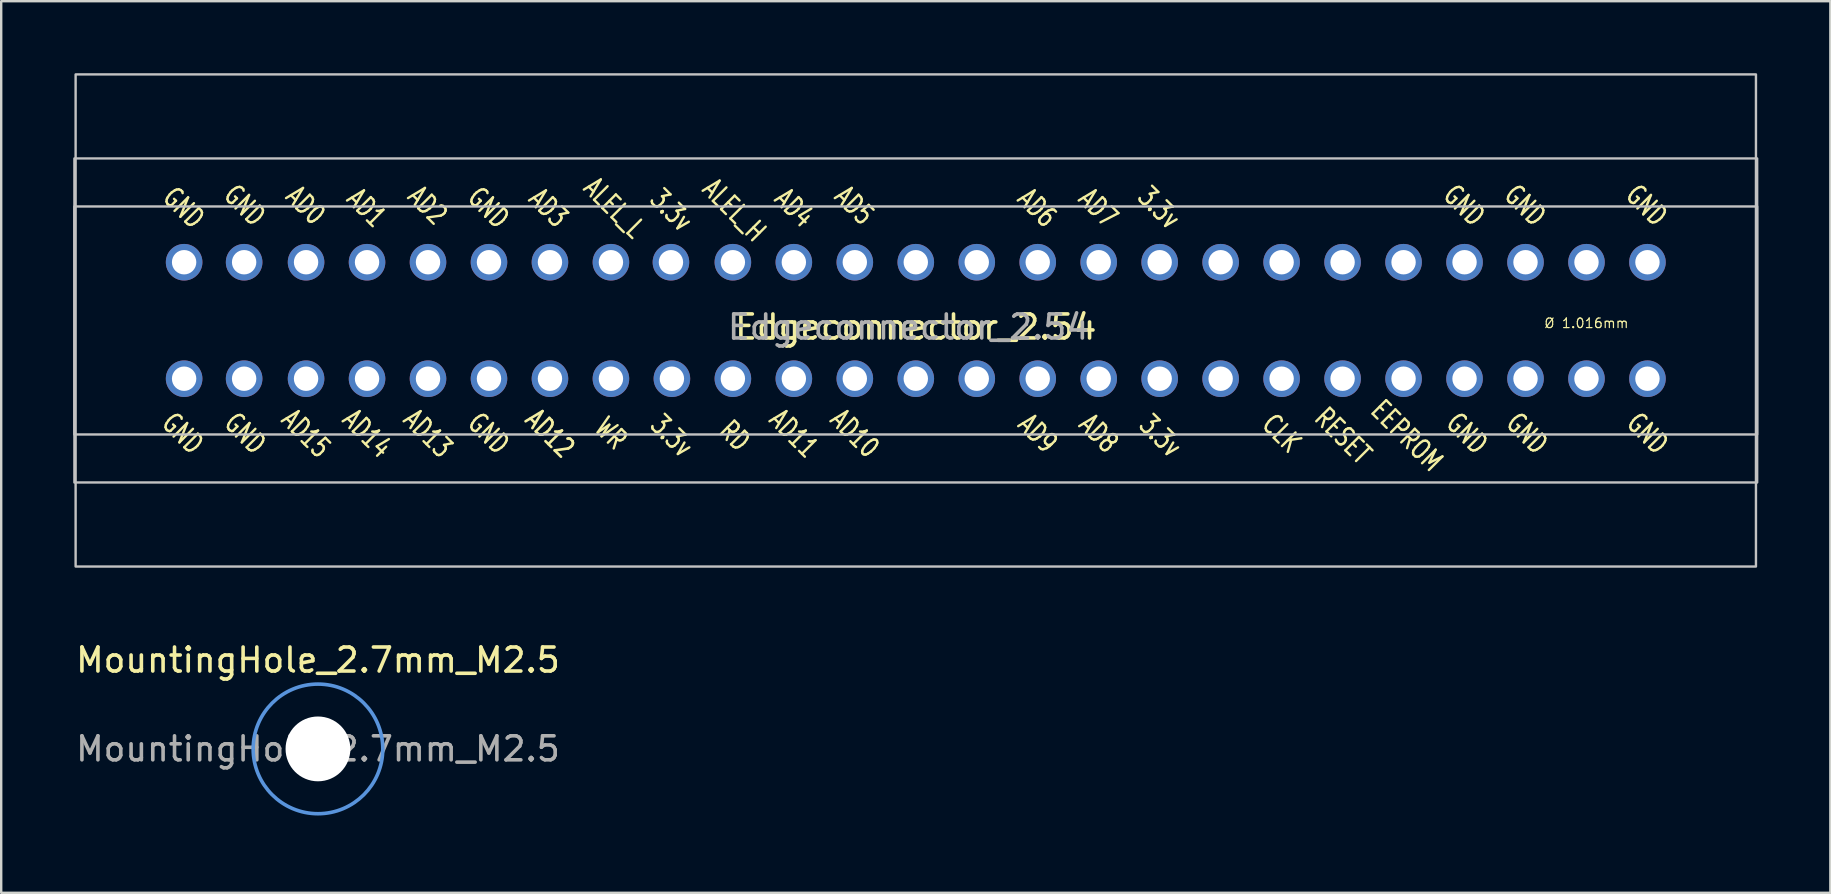
<source format=kicad_pcb>
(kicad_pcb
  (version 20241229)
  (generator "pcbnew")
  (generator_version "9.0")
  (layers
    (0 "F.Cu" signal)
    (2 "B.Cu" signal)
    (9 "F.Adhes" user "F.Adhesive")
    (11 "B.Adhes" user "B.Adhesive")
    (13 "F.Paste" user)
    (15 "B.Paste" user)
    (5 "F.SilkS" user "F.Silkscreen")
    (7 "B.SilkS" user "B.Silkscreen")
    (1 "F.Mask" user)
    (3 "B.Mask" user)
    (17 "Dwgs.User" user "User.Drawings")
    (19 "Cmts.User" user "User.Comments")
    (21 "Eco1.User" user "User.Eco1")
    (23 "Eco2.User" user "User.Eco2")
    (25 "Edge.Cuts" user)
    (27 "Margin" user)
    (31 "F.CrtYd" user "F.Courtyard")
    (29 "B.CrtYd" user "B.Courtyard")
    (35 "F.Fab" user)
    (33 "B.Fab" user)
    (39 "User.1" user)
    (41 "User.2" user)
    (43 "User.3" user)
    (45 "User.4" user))
  (footprint "Edgeconnector_2.54"
    (layer "F.Cu")
    (at 35.1 10.3)
    (property "Reference" "Edgeconnector_2.54" (at 0 0.274 0) (unlocked yes) (layer "F.SilkS") (effects (font (size 1 1) (thickness 0.15))))
    (attr through_hole)
    (fp_rect (start -35.05 -6.75) (end 35.05 6.75) (stroke (width 0.1) (type default)) (fill no) (layer "Dwgs.User"))
    (fp_rect (start -35.05 -4.75) (end 35.05 4.75) (stroke (width 0.1) (type default)) (fill no) (layer "Dwgs.User"))
    (fp_rect (start -35 -10.25) (end 35 10.25) (stroke (width 0.1) (type default)) (fill no) (layer "Dwgs.User"))
    (fp_text user "AD11" (at -5.08 4.7 135) (layer "F.SilkS") (effects (font (size 0.8 0.6) (thickness 0.1) (bold yes))))
    (fp_text user "GND" (at 22.84 -4.8 135) (layer "F.SilkS") (effects (font (size 0.8 0.6) (thickness 0.1) (bold yes))))
    (fp_text user "CLK" (at 15.24 4.7 135) (layer "F.SilkS") (effects (font (size 0.8 0.6) (thickness 0.1) (bold yes))))
    (fp_text user "3.3v" (at 10.2 4.8 135) (layer "F.SilkS") (effects (font (size 0.8 0.6) (thickness 0.1) (bold yes))))
    (fp_text user "GND" (at 30.48 4.7 135) (layer "F.SilkS") (effects (font (size 0.8 0.6) (thickness 0.1) (bold yes))))
    (fp_text user "AD9" (at 5.08 4.7 135) (layer "F.SilkS") (effects (font (size 0.8 0.6) (thickness 0.1) (bold yes))))
    (fp_text user "ALEL_H" (at -7.56 -4.6 135) (layer "F.SilkS") (effects (font (size 0.8 0.6) (thickness 0.1) (bold yes))))
    (fp_text user "GND" (at 25.46 4.7 135) (layer "F.SilkS") (effects (font (size 0.8 0.6) (thickness 0.1) (bold yes))))
    (fp_text user "RD" (at -7.54 4.8 135) (layer "F.SilkS") (effects (font (size 0.8 0.6) (thickness 0.1) (bold yes))))
    (fp_text user "GND" (at 22.96 4.7 135) (layer "F.SilkS") (effects (font (size 0.8 0.6) (thickness 0.1) (bold yes))))
    (fp_text user "AD7" (at 7.6 -4.7 135) (layer "F.SilkS") (effects (font (size 0.8 0.6) (thickness 0.1) (bold yes))))
    (fp_text user "GND" (at -30.5 -4.7 135) (layer "F.SilkS") (effects (font (size 0.8 0.6) (thickness 0.1) (bold yes))))
    (fp_text user "AD0" (at -25.42 -4.8 135) (layer "F.SilkS") (effects (font (size 0.8 0.6) (thickness 0.1) (bold yes))))
    (fp_text user "GND" (at -30.54 4.7 135) (layer "F.SilkS") (effects (font (size 0.8 0.6) (thickness 0.1) (bold yes))))
    (fp_text user "AD15" (at -25.4 4.7 135) (layer "F.SilkS") (effects (font (size 0.8 0.6) (thickness 0.1) (bold yes))))
    (fp_text user "3.3v" (at -10.18 -4.6 135) (layer "F.SilkS") (effects (font (size 0.8 0.6) (thickness 0.1) (bold yes))))
    (fp_text user "GND" (at 30.44 -4.8 135) (layer "F.SilkS") (effects (font (size 0.8 0.6) (thickness 0.1) (bold yes))))
    (fp_text user "GND" (at 25.38 -4.8 135) (layer "F.SilkS") (effects (font (size 0.8 0.6) (thickness 0.1) (bold yes))))
    (fp_text user "AD5" (at -2.56 -4.8 135) (layer "F.SilkS") (effects (font (size 0.8 0.6) (thickness 0.1) (bold yes))))
    (fp_text user "AD4" (at -5.06 -4.7 135) (layer "F.SilkS") (effects (font (size 0.8 0.6) (thickness 0.1) (bold yes))))
    (fp_text user "GND" (at -27.96 -4.8 135) (layer "F.SilkS") (effects (font (size 0.8 0.6) (thickness 0.1) (bold yes))))
    (fp_text user "AD2" (at -20.34 -4.8 135) (layer "F.SilkS") (effects (font (size 0.8 0.6) (thickness 0.1) (bold yes))))
    (fp_text user "AD12" (at -15.24 4.7 135) (layer "F.SilkS") (effects (font (size 0.8 0.6) (thickness 0.11) (bold yes))))
    (fp_text user "AD13" (at -20.32 4.7 135) (layer "F.SilkS") (effects (font (size 0.8 0.6) (thickness 0.1) (bold yes))))
    (fp_text user "3.3v" (at 10.14 -4.7 135) (layer "F.SilkS") (effects (font (size 0.8 0.6) (thickness 0.1) (bold yes))))
    (fp_text user "WR" (at -12.7 4.7 135) (layer "F.SilkS") (effects (font (size 0.8 0.6) (thickness 0.1) (bold yes))))
    (fp_text user "AD10" (at -2.54 4.7 135) (layer "F.SilkS") (effects (font (size 0.8 0.6) (thickness 0.1) (bold yes))))
    (fp_text user "AD6" (at 5.06 -4.7 135) (layer "F.SilkS") (effects (font (size 0.8 0.6) (thickness 0.1) (bold yes))))
    (fp_text user "3.3v" (at -10.16 4.8 135) (layer "F.SilkS") (effects (font (size 0.8 0.6) (thickness 0.1) (bold yes))))
    (fp_text user "GND" (at -17.8 4.7 135) (layer "F.SilkS") (effects (font (size 0.8 0.6) (thickness 0.1) (bold yes))))
    (fp_text user "AD8" (at 7.62 4.7 135) (layer "F.SilkS") (effects (font (size 0.8 0.6) (thickness 0.1) (bold yes))))
    (fp_text user "EEPROM" (at 20.46 4.8 135) (layer "F.SilkS") (effects (font (size 0.8 0.6) (thickness 0.1) (bold yes))))
    (fp_text user "AD14" (at -22.86 4.7 135) (layer "F.SilkS") (effects (font (size 0.8 0.6) (thickness 0.1) (bold yes))))
    (fp_text user "GND" (at -17.8 -4.7 135) (layer "F.SilkS") (effects (font (size 0.8 0.6) (thickness 0.1) (bold yes))))
    (fp_text user "AD3" (at -15.3 -4.7 135) (layer "F.SilkS") (effects (font (size 0.8 0.6) (thickness 0.1) (bold yes))))
    (fp_text user "GND" (at -27.94 4.7 135) (layer "F.SilkS") (effects (font (size 0.8 0.6) (thickness 0.1) (bold yes))))
    (fp_text user "RESET" (at 17.8 4.8 135) (layer "F.SilkS") (effects (font (size 0.8 0.6) (thickness 0.1) (bold yes))))
    (fp_text user "ALEL_L" (at -12.56 -4.7 135) (layer "F.SilkS") (effects (font (size 0.8 0.6) (thickness 0.1) (bold yes))))
    (fp_text user "AD1" (at -22.88 -4.7 135) (layer "F.SilkS") (effects (font (size 0.8 0.6) (thickness 0.1) (bold yes))))
    (fp_text user "Ø 1.016mm" (at 27.94 0.114 0) (unlocked yes) (layer "F.SilkS") (effects (font (size 0.4 0.4) (thickness 0.05))))
    (fp_text user "${REFERENCE}" (at -0.3 0.274 0) (unlocked yes) (layer "F.Fab") (effects (font (size 1 1) (thickness 0.15))))
    (pad "1" thru_hole circle (at -30.48 2.426) (size 1.524 1.524) (drill 1.016) (layers "*.Cu" "*.Mask"))
    (pad "2" thru_hole circle (at -27.98 2.426) (size 1.524 1.524) (drill 1.016) (layers "*.Cu" "*.Mask"))
    (pad "3" thru_hole circle (at -25.4 2.426) (size 1.524 1.524) (drill 1.016) (layers "*.Cu" "*.Mask"))
    (pad "4" thru_hole circle (at -22.86 2.426) (size 1.524 1.524) (drill 1.016) (layers "*.Cu" "*.Mask"))
    (pad "5" thru_hole circle (at -20.32 2.426) (size 1.524 1.524) (drill 1.016) (layers "*.Cu" "*.Mask"))
    (pad "6" thru_hole circle (at -17.78 2.426) (size 1.524 1.524) (drill 1.016) (layers "*.Cu" "*.Mask"))
    (pad "7" thru_hole circle (at -15.24 2.426) (size 1.524 1.524) (drill 1.016) (layers "*.Cu" "*.Mask"))
    (pad "8" thru_hole circle (at -12.7 2.426) (size 1.524 1.524) (drill 1.016) (layers "*.Cu" "*.Mask"))
    (pad "9" thru_hole circle (at -10.16 2.426) (size 1.524 1.524) (drill 1.016) (layers "*.Cu" "*.Mask"))
    (pad "10" thru_hole circle (at -7.62 2.426) (size 1.524 1.524) (drill 1.016) (layers "*.Cu" "*.Mask"))
    (pad "11" thru_hole circle (at -5.08 2.426) (size 1.524 1.524) (drill 1.016) (layers "*.Cu" "*.Mask"))
    (pad "12" thru_hole circle (at -2.54 2.426) (size 1.524 1.524) (drill 1.016) (layers "*.Cu" "*.Mask"))
    (pad "13" thru_hole circle (at 0 2.426) (size 1.524 1.524) (drill 1.016) (layers "*.Cu" "*.Mask"))
    (pad "14" thru_hole circle (at 2.54 2.426) (size 1.524 1.524) (drill 1.016) (layers "*.Cu" "*.Mask"))
    (pad "15" thru_hole circle (at 5.08 2.426) (size 1.524 1.524) (drill 1.016) (layers "*.Cu" "*.Mask"))
    (pad "16" thru_hole circle (at 7.62 2.426) (size 1.524 1.524) (drill 1.016) (layers "*.Cu" "*.Mask"))
    (pad "17" thru_hole circle (at 10.16 2.426) (size 1.524 1.524) (drill 1.016) (layers "*.Cu" "*.Mask"))
    (pad "18" thru_hole circle (at 12.7 2.426) (size 1.524 1.524) (drill 1.016) (layers "*.Cu" "*.Mask"))
    (pad "19" thru_hole circle (at 15.24 2.426) (size 1.524 1.524) (drill 1.016) (layers "*.Cu" "*.Mask"))
    (pad "20" thru_hole circle (at 17.78 2.426) (size 1.524 1.524) (drill 1.016) (layers "*.Cu" "*.Mask"))
    (pad "21" thru_hole circle (at 20.32 2.426) (size 1.524 1.524) (drill 1.016) (layers "*.Cu" "*.Mask"))
    (pad "22" thru_hole circle (at 22.86 2.426) (size 1.524 1.524) (drill 1.016) (layers "*.Cu" "*.Mask"))
    (pad "23" thru_hole circle (at 25.4 2.426) (size 1.524 1.524) (drill 1.016) (layers "*.Cu" "*.Mask"))
    (pad "24" thru_hole circle (at 27.94 2.426) (size 1.524 1.524) (drill 1.016) (layers "*.Cu" "*.Mask"))
    (pad "25" thru_hole circle (at 30.48 2.426) (size 1.524 1.524) (drill 1.016) (layers "*.Cu" "*.Mask"))
    (pad "26" thru_hole circle (at -30.48 -2.426) (size 1.524 1.524) (drill 1.016) (layers "*.Cu" "*.Mask"))
    (pad "27" thru_hole circle (at -27.98 -2.426) (size 1.524 1.524) (drill 1.016) (layers "*.Cu" "*.Mask"))
    (pad "28" thru_hole circle (at -25.4 -2.426) (size 1.524 1.524) (drill 1.016) (layers "*.Cu" "*.Mask"))
    (pad "29" thru_hole circle (at -22.86 -2.426) (size 1.524 1.524) (drill 1.016) (layers "*.Cu" "*.Mask"))
    (pad "30" thru_hole circle (at -20.32 -2.426) (size 1.524 1.524) (drill 1.016) (layers "*.Cu" "*.Mask"))
    (pad "31" thru_hole circle (at -17.78 -2.426) (size 1.524 1.524) (drill 1.016) (layers "*.Cu" "*.Mask"))
    (pad "32" thru_hole circle (at -15.24 -2.426) (size 1.524 1.524) (drill 1.016) (layers "*.Cu" "*.Mask"))
    (pad "33" thru_hole circle (at -12.7 -2.426) (size 1.524 1.524) (drill 1.016) (layers "*.Cu" "*.Mask"))
    (pad "34" thru_hole circle (at -10.2 -2.426) (size 1.524 1.524) (drill 1.016) (layers "*.Cu" "*.Mask"))
    (pad "35" thru_hole circle (at -7.62 -2.426) (size 1.524 1.524) (drill 1.016) (layers "*.Cu" "*.Mask"))
    (pad "36" thru_hole circle (at -5.08 -2.426) (size 1.524 1.524) (drill 1.016) (layers "*.Cu" "*.Mask"))
    (pad "37" thru_hole circle (at -2.54 -2.426) (size 1.524 1.524) (drill 1.016) (layers "*.Cu" "*.Mask"))
    (pad "38" thru_hole circle (at 0 -2.426) (size 1.524 1.524) (drill 1.016) (layers "*.Cu" "*.Mask"))
    (pad "39" thru_hole circle (at 2.54 -2.426) (size 1.524 1.524) (drill 1.016) (layers "*.Cu" "*.Mask"))
    (pad "40" thru_hole circle (at 5.08 -2.426) (size 1.524 1.524) (drill 1.016) (layers "*.Cu" "*.Mask"))
    (pad "41" thru_hole circle (at 7.62 -2.426) (size 1.524 1.524) (drill 1.016) (layers "*.Cu" "*.Mask"))
    (pad "42" thru_hole circle (at 10.16 -2.426) (size 1.524 1.524) (drill 1.016) (layers "*.Cu" "*.Mask"))
    (pad "43" thru_hole circle (at 12.7 -2.426) (size 1.524 1.524) (drill 1.016) (layers "*.Cu" "*.Mask"))
    (pad "44" thru_hole circle (at 15.24 -2.426) (size 1.524 1.524) (drill 1.016) (layers "*.Cu" "*.Mask"))
    (pad "45" thru_hole circle (at 17.78 -2.426) (size 1.524 1.524) (drill 1.016) (layers "*.Cu" "*.Mask"))
    (pad "46" thru_hole circle (at 20.32 -2.426) (size 1.524 1.524) (drill 1.016) (layers "*.Cu" "*.Mask"))
    (pad "47" thru_hole circle (at 22.86 -2.426) (size 1.524 1.524) (drill 1.016) (layers "*.Cu" "*.Mask"))
    (pad "48" thru_hole circle (at 25.4 -2.426) (size 1.524 1.524) (drill 1.016) (layers "*.Cu" "*.Mask"))
    (pad "49" thru_hole circle (at 27.94 -2.426) (size 1.524 1.524) (drill 1.016) (layers "*.Cu" "*.Mask"))
    (pad "50" thru_hole circle (at 30.48 -2.426) (size 1.524 1.524) (drill 1.016) (layers "*.Cu" "*.Mask")))
  (footprint "MountingHole_2.7mm_M2.5"
    (layer "F.Cu")
    (at 10.196 28.148)
    (property "Reference" "MountingHole_2.7mm_M2.5" (at 0 -3.7 0) (layer "F.SilkS") (effects (font (size 1 1) (thickness 0.15))))
    (attr exclude_from_pos_files exclude_from_bom)
    (fp_circle (center 0 0) (end 2.7 0) (stroke (width 0.15) (type solid)) (fill no) (layer "Cmts.User"))
    (fp_text user "${REFERENCE}" (at 0 0 0) (layer "F.Fab") (effects (font (size 1 1) (thickness 0.15))))
    (pad "" np_thru_hole circle (at 0 0 90) (size 2.7 2.7) (drill 2.7) (layers "*.Cu" "*.Mask"))
    (zone (net_name "") (layers "F.Cu" "B.Cu" "F.SilkS" "B.SilkS") (hatch edge 0.5) (connect_pads) (min_thickness 0.25) (filled_areas_thickness no) (keepout (tracks allowed) (vias allowed) (pads allowed) (copperpour not_allowed) (footprints allowed)) (placement (enabled no)) (fill) (polygon (pts (xy 13.196 28.148) (xy 13.176 27.8) (xy 13.116 27.456) (xy 13.016 27.122) (xy 12.877 26.802) (xy 12.703 26.5) (xy 12.495 26.22) (xy 12.255 25.966) (xy 11.988 25.742) (xy 11.696 25.55) (xy 11.385 25.394) (xy 11.057 25.274) (xy 10.717 25.194) (xy 10.371 25.153) (xy 10.022 25.153) (xy 9.675 25.194) (xy 9.336 25.274) (xy 9.008 25.394) (xy 8.696 25.55) (xy 8.405 25.742) (xy 8.138 25.966) (xy 7.898 26.22) (xy 7.69 26.5) (xy 7.516 26.802) (xy 7.377 27.122) (xy 7.277 27.456) (xy 7.217 27.8) (xy 7.196 28.148) (xy 7.217 28.497) (xy 7.277 28.84) (xy 7.377 29.174) (xy 7.516 29.495) (xy 7.69 29.797) (xy 7.898 30.077) (xy 8.138 30.33) (xy 8.405 30.555) (xy 8.696 30.746) (xy 9.008 30.903) (xy 9.336 31.022) (xy 9.675 31.103) (xy 10.022 31.143) (xy 10.371 31.143) (xy 10.717 31.103) (xy 11.057 31.022) (xy 11.385 30.903) (xy 11.696 30.746) (xy 11.988 30.555) (xy 12.255 30.33) (xy 12.495 30.077) (xy 12.703 29.797) (xy 12.877 29.495) (xy 13.016 29.174) (xy 13.116 28.84) (xy 13.176 28.497)))))
  (gr_rect
    (start -3 -3)
    (end 73.2 34.143)
    (stroke (width 0.1) (type default))
    (fill no)
    (layer "Edge.Cuts")))
</source>
